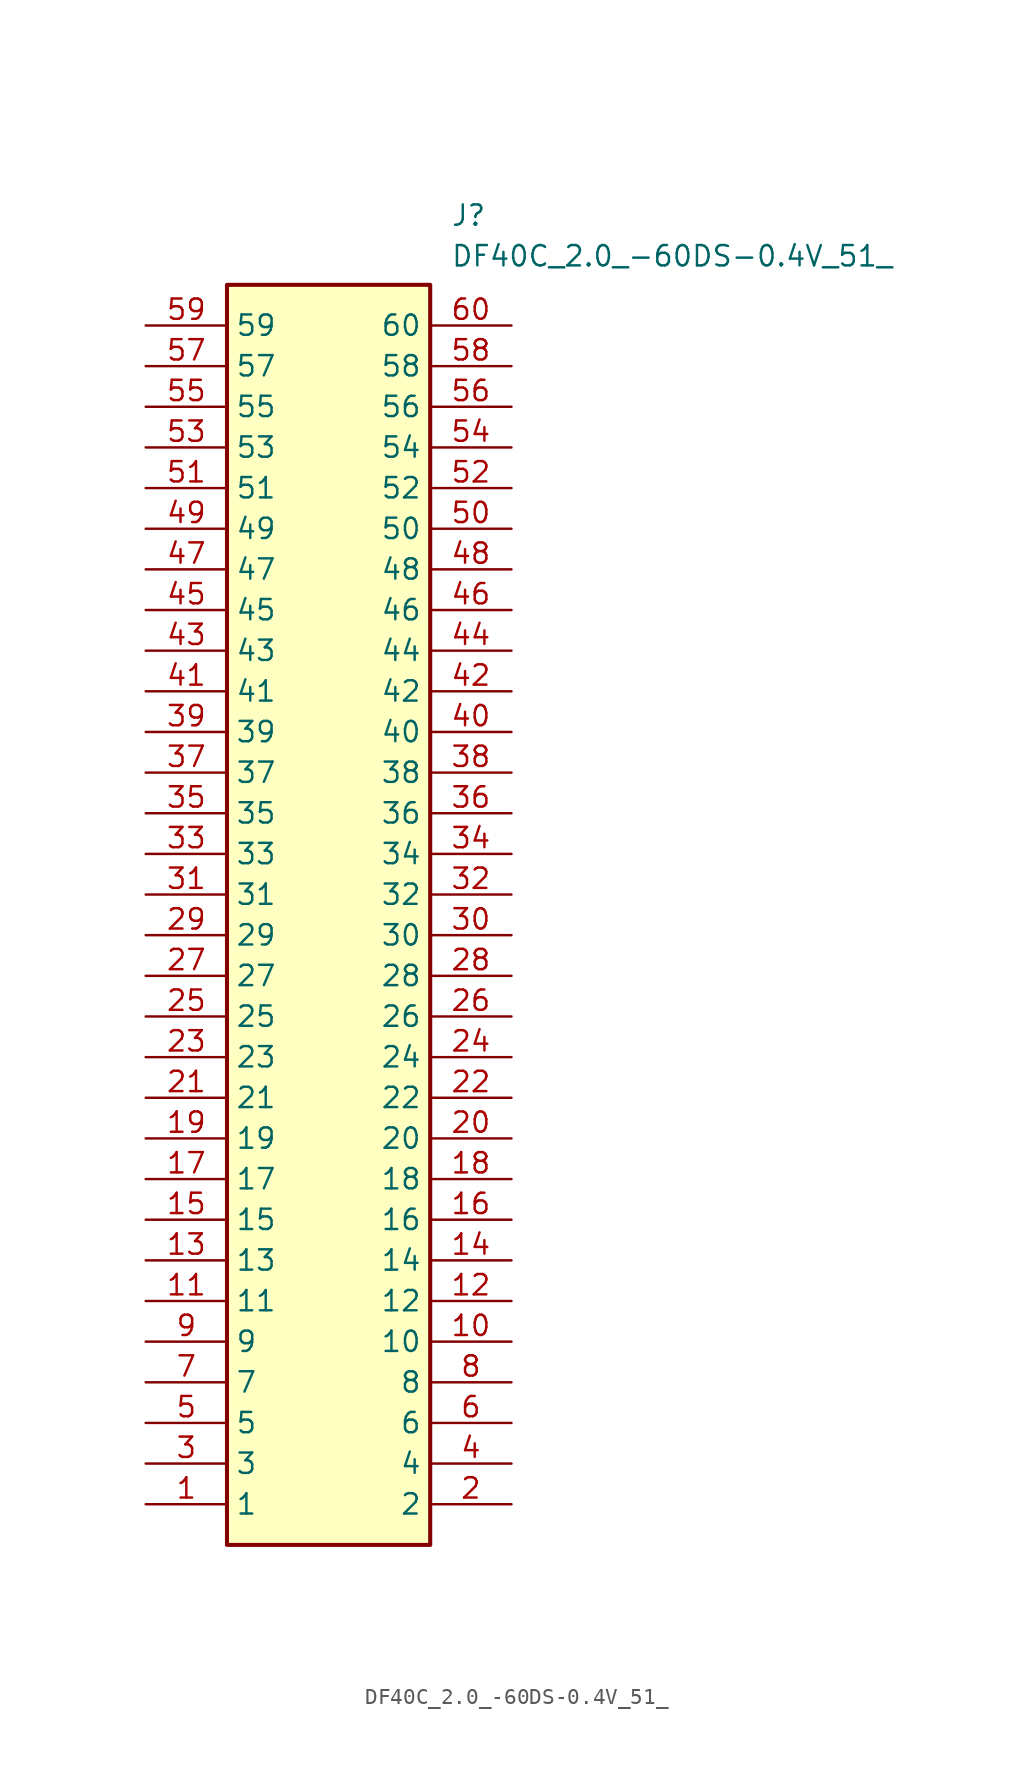
<source format=kicad_sym>
(kicad_symbol_lib
  (version 20241209)
  (generator "kicad_symbol_editor")
  (generator_version "9.0")
  (symbol "DF40C_2.0_-60DS-0.4V_51_"
    (property "Reference" "J"
      (at 19.05 7.62 0)
      (effects (font (size 1.27 1.27)) (justify left top)))
    (property "Value" "DF40C_2.0_-60DS-0.4V_51_"
      (at 19.05 5.08 0)
      (effects (font (size 1.27 1.27)) (justify left top)))
    (symbol "DF40C_2.0_-60DS-0.4V_51__1_1"
      (rectangle (start 5.08 2.54) (end 17.78 -76.2) (stroke (width 0.254) (type default)) (fill (type background)))
      (pin passive line (at 0 0 0) (length 5.08) (name "59" (effects (font (size 1.27 1.27)))) (number "59" (effects (font (size 1.27 1.27)))))
      (pin passive line (at 0 -2.54 0) (length 5.08) (name "57" (effects (font (size 1.27 1.27)))) (number "57" (effects (font (size 1.27 1.27)))))
      (pin passive line (at 0 -5.08 0) (length 5.08) (name "55" (effects (font (size 1.27 1.27)))) (number "55" (effects (font (size 1.27 1.27)))))
      (pin passive line (at 0 -7.62 0) (length 5.08) (name "53" (effects (font (size 1.27 1.27)))) (number "53" (effects (font (size 1.27 1.27)))))
      (pin passive line (at 0 -10.16 0) (length 5.08) (name "51" (effects (font (size 1.27 1.27)))) (number "51" (effects (font (size 1.27 1.27)))))
      (pin passive line (at 0 -12.7 0) (length 5.08) (name "49" (effects (font (size 1.27 1.27)))) (number "49" (effects (font (size 1.27 1.27)))))
      (pin passive line (at 0 -15.24 0) (length 5.08) (name "47" (effects (font (size 1.27 1.27)))) (number "47" (effects (font (size 1.27 1.27)))))
      (pin passive line (at 0 -17.78 0) (length 5.08) (name "45" (effects (font (size 1.27 1.27)))) (number "45" (effects (font (size 1.27 1.27)))))
      (pin passive line (at 0 -20.32 0) (length 5.08) (name "43" (effects (font (size 1.27 1.27)))) (number "43" (effects (font (size 1.27 1.27)))))
      (pin passive line (at 0 -22.86 0) (length 5.08) (name "41" (effects (font (size 1.27 1.27)))) (number "41" (effects (font (size 1.27 1.27)))))
      (pin passive line (at 0 -25.4 0) (length 5.08) (name "39" (effects (font (size 1.27 1.27)))) (number "39" (effects (font (size 1.27 1.27)))))
      (pin passive line (at 0 -27.94 0) (length 5.08) (name "37" (effects (font (size 1.27 1.27)))) (number "37" (effects (font (size 1.27 1.27)))))
      (pin passive line (at 0 -30.48 0) (length 5.08) (name "35" (effects (font (size 1.27 1.27)))) (number "35" (effects (font (size 1.27 1.27)))))
      (pin passive line (at 0 -33.02 0) (length 5.08) (name "33" (effects (font (size 1.27 1.27)))) (number "33" (effects (font (size 1.27 1.27)))))
      (pin passive line (at 0 -35.56 0) (length 5.08) (name "31" (effects (font (size 1.27 1.27)))) (number "31" (effects (font (size 1.27 1.27)))))
      (pin passive line (at 0 -38.1 0) (length 5.08) (name "29" (effects (font (size 1.27 1.27)))) (number "29" (effects (font (size 1.27 1.27)))))
      (pin passive line (at 0 -40.64 0) (length 5.08) (name "27" (effects (font (size 1.27 1.27)))) (number "27" (effects (font (size 1.27 1.27)))))
      (pin passive line (at 0 -43.18 0) (length 5.08) (name "25" (effects (font (size 1.27 1.27)))) (number "25" (effects (font (size 1.27 1.27)))))
      (pin passive line (at 0 -45.72 0) (length 5.08) (name "23" (effects (font (size 1.27 1.27)))) (number "23" (effects (font (size 1.27 1.27)))))
      (pin passive line (at 0 -48.26 0) (length 5.08) (name "21" (effects (font (size 1.27 1.27)))) (number "21" (effects (font (size 1.27 1.27)))))
      (pin passive line (at 0 -50.8 0) (length 5.08) (name "19" (effects (font (size 1.27 1.27)))) (number "19" (effects (font (size 1.27 1.27)))))
      (pin passive line (at 0 -53.34 0) (length 5.08) (name "17" (effects (font (size 1.27 1.27)))) (number "17" (effects (font (size 1.27 1.27)))))
      (pin passive line (at 0 -55.88 0) (length 5.08) (name "15" (effects (font (size 1.27 1.27)))) (number "15" (effects (font (size 1.27 1.27)))))
      (pin passive line (at 0 -58.42 0) (length 5.08) (name "13" (effects (font (size 1.27 1.27)))) (number "13" (effects (font (size 1.27 1.27)))))
      (pin passive line (at 0 -60.96 0) (length 5.08) (name "11" (effects (font (size 1.27 1.27)))) (number "11" (effects (font (size 1.27 1.27)))))
      (pin passive line (at 0 -63.5 0) (length 5.08) (name "9" (effects (font (size 1.27 1.27)))) (number "9" (effects (font (size 1.27 1.27)))))
      (pin passive line (at 0 -66.04 0) (length 5.08) (name "7" (effects (font (size 1.27 1.27)))) (number "7" (effects (font (size 1.27 1.27)))))
      (pin passive line (at 0 -68.58 0) (length 5.08) (name "5" (effects (font (size 1.27 1.27)))) (number "5" (effects (font (size 1.27 1.27)))))
      (pin passive line (at 0 -71.12 0) (length 5.08) (name "3" (effects (font (size 1.27 1.27)))) (number "3" (effects (font (size 1.27 1.27)))))
      (pin passive line (at 0 -73.66 0) (length 5.08) (name "1" (effects (font (size 1.27 1.27)))) (number "1" (effects (font (size 1.27 1.27)))))
      (pin passive line (at 22.86 0 180) (length 5.08) (name "60" (effects (font (size 1.27 1.27)))) (number "60" (effects (font (size 1.27 1.27)))))
      (pin passive line (at 22.86 -2.54 180) (length 5.08) (name "58" (effects (font (size 1.27 1.27)))) (number "58" (effects (font (size 1.27 1.27)))))
      (pin passive line (at 22.86 -5.08 180) (length 5.08) (name "56" (effects (font (size 1.27 1.27)))) (number "56" (effects (font (size 1.27 1.27)))))
      (pin passive line (at 22.86 -7.62 180) (length 5.08) (name "54" (effects (font (size 1.27 1.27)))) (number "54" (effects (font (size 1.27 1.27)))))
      (pin passive line (at 22.86 -10.16 180) (length 5.08) (name "52" (effects (font (size 1.27 1.27)))) (number "52" (effects (font (size 1.27 1.27)))))
      (pin passive line (at 22.86 -12.7 180) (length 5.08) (name "50" (effects (font (size 1.27 1.27)))) (number "50" (effects (font (size 1.27 1.27)))))
      (pin passive line (at 22.86 -15.24 180) (length 5.08) (name "48" (effects (font (size 1.27 1.27)))) (number "48" (effects (font (size 1.27 1.27)))))
      (pin passive line (at 22.86 -17.78 180) (length 5.08) (name "46" (effects (font (size 1.27 1.27)))) (number "46" (effects (font (size 1.27 1.27)))))
      (pin passive line (at 22.86 -20.32 180) (length 5.08) (name "44" (effects (font (size 1.27 1.27)))) (number "44" (effects (font (size 1.27 1.27)))))
      (pin passive line (at 22.86 -22.86 180) (length 5.08) (name "42" (effects (font (size 1.27 1.27)))) (number "42" (effects (font (size 1.27 1.27)))))
      (pin passive line (at 22.86 -25.4 180) (length 5.08) (name "40" (effects (font (size 1.27 1.27)))) (number "40" (effects (font (size 1.27 1.27)))))
      (pin passive line (at 22.86 -27.94 180) (length 5.08) (name "38" (effects (font (size 1.27 1.27)))) (number "38" (effects (font (size 1.27 1.27)))))
      (pin passive line (at 22.86 -30.48 180) (length 5.08) (name "36" (effects (font (size 1.27 1.27)))) (number "36" (effects (font (size 1.27 1.27)))))
      (pin passive line (at 22.86 -33.02 180) (length 5.08) (name "34" (effects (font (size 1.27 1.27)))) (number "34" (effects (font (size 1.27 1.27)))))
      (pin passive line (at 22.86 -35.56 180) (length 5.08) (name "32" (effects (font (size 1.27 1.27)))) (number "32" (effects (font (size 1.27 1.27)))))
      (pin passive line (at 22.86 -38.1 180) (length 5.08) (name "30" (effects (font (size 1.27 1.27)))) (number "30" (effects (font (size 1.27 1.27)))))
      (pin passive line (at 22.86 -40.64 180) (length 5.08) (name "28" (effects (font (size 1.27 1.27)))) (number "28" (effects (font (size 1.27 1.27)))))
      (pin passive line (at 22.86 -43.18 180) (length 5.08) (name "26" (effects (font (size 1.27 1.27)))) (number "26" (effects (font (size 1.27 1.27)))))
      (pin passive line (at 22.86 -45.72 180) (length 5.08) (name "24" (effects (font (size 1.27 1.27)))) (number "24" (effects (font (size 1.27 1.27)))))
      (pin passive line (at 22.86 -48.26 180) (length 5.08) (name "22" (effects (font (size 1.27 1.27)))) (number "22" (effects (font (size 1.27 1.27)))))
      (pin passive line (at 22.86 -50.8 180) (length 5.08) (name "20" (effects (font (size 1.27 1.27)))) (number "20" (effects (font (size 1.27 1.27)))))
      (pin passive line (at 22.86 -53.34 180) (length 5.08) (name "18" (effects (font (size 1.27 1.27)))) (number "18" (effects (font (size 1.27 1.27)))))
      (pin passive line (at 22.86 -55.88 180) (length 5.08) (name "16" (effects (font (size 1.27 1.27)))) (number "16" (effects (font (size 1.27 1.27)))))
      (pin passive line (at 22.86 -58.42 180) (length 5.08) (name "14" (effects (font (size 1.27 1.27)))) (number "14" (effects (font (size 1.27 1.27)))))
      (pin passive line (at 22.86 -60.96 180) (length 5.08) (name "12" (effects (font (size 1.27 1.27)))) (number "12" (effects (font (size 1.27 1.27)))))
      (pin passive line (at 22.86 -63.5 180) (length 5.08) (name "10" (effects (font (size 1.27 1.27)))) (number "10" (effects (font (size 1.27 1.27)))))
      (pin passive line (at 22.86 -66.04 180) (length 5.08) (name "8" (effects (font (size 1.27 1.27)))) (number "8" (effects (font (size 1.27 1.27)))))
      (pin passive line (at 22.86 -68.58 180) (length 5.08) (name "6" (effects (font (size 1.27 1.27)))) (number "6" (effects (font (size 1.27 1.27)))))
      (pin passive line (at 22.86 -71.12 180) (length 5.08) (name "4" (effects (font (size 1.27 1.27)))) (number "4" (effects (font (size 1.27 1.27)))))
      (pin passive line (at 22.86 -73.66 180) (length 5.08) (name "2" (effects (font (size 1.27 1.27)))) (number "2" (effects (font (size 1.27 1.27))))))))
</source>
